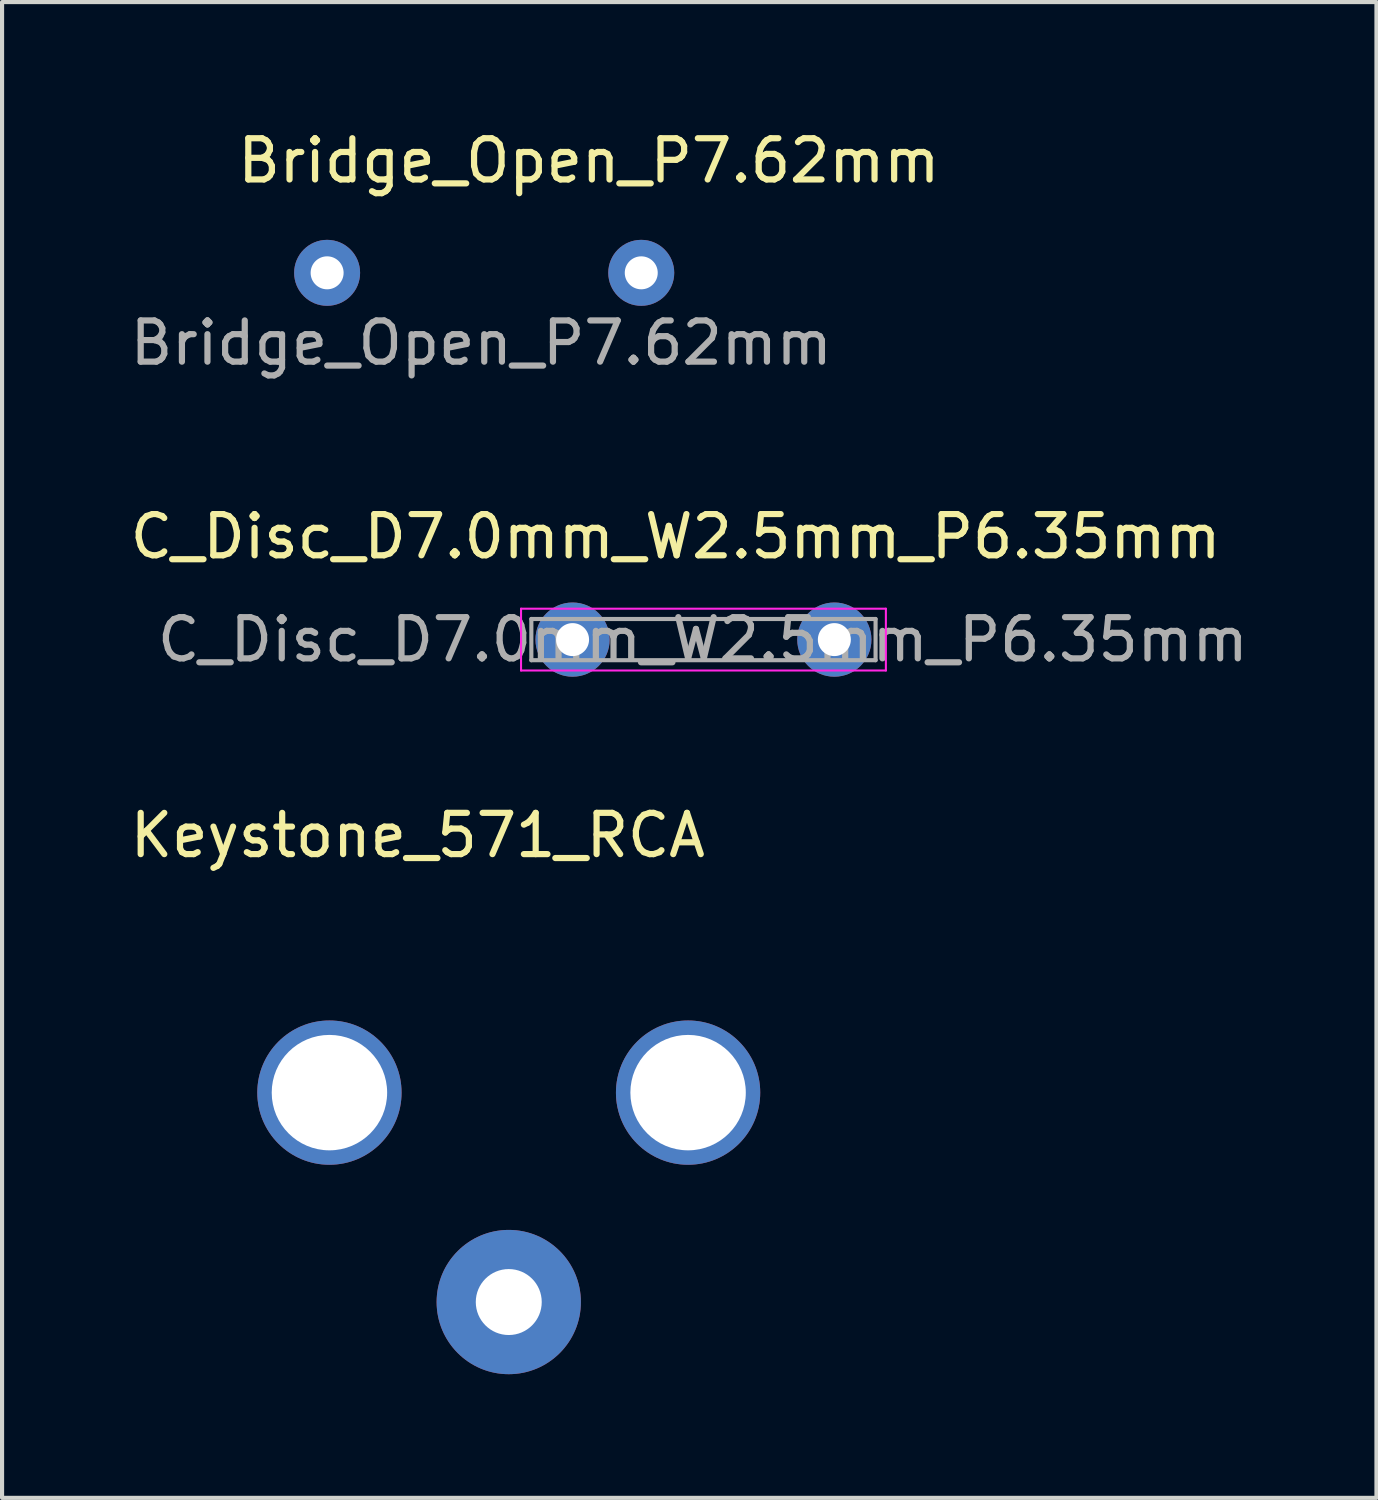
<source format=kicad_pcb>
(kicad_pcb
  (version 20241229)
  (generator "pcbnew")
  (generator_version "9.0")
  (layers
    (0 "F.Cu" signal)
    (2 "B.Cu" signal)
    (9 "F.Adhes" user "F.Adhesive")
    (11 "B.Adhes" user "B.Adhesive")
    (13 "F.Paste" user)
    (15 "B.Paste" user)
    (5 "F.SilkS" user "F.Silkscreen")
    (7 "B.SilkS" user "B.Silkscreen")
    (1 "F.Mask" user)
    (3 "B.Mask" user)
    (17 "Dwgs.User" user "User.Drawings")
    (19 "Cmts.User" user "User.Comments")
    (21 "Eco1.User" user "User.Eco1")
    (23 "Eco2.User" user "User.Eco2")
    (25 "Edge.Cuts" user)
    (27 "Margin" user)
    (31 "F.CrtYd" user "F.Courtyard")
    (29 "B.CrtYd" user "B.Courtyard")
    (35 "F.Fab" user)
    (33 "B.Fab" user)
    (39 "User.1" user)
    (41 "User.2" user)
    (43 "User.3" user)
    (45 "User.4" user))
  (footprint "Keystone_571_RCA"
    (layer "F.Cu")
    (at 9.291 23.454)
    (property "Reference" "Keystone_571_RCA" (at -2.207 -6.241 0) (layer "F.SilkS") (effects (font (size 1.001 1.001) (thickness 0.15))))
    (attr through_hole)
    (pad "1" thru_hole circle (at 0 5.08) (size 3.5 3.5) (drill 1.6) (layers "*.Cu" "*.Mask"))
    (pad "2" thru_hole circle (at -4.35 0) (size 3.5 3.5) (drill 2.8) (layers "*.Cu" "*.Mask"))
    (pad "2" thru_hole circle (at 4.35 0) (size 3.5 3.5) (drill 2.8) (layers "*.Cu" "*.Mask")))
  (footprint "C_Disc_D7.0mm_W2.5mm_P6.35mm"
    (layer "F.Cu")
    (at 10.839 12.465)
    (property "Reference" "C_Disc_D7.0mm_W2.5mm_P6.35mm" (at 2.5 -2.5 0) (layer "F.SilkS") (effects (font (size 1 1) (thickness 0.15))))
    (attr through_hole)
    (fp_line (start -1.25 -0.75) (end -1.25 0.75) (stroke (width 0.05) (type solid)) (layer "F.CrtYd"))
    (fp_line (start -1.25 0.75) (end 7.6 0.75) (stroke (width 0.05) (type solid)) (layer "F.CrtYd"))
    (fp_line (start 7.6 -0.75) (end -1.25 -0.75) (stroke (width 0.05) (type solid)) (layer "F.CrtYd"))
    (fp_line (start 7.6 0.75) (end 7.6 -0.75) (stroke (width 0.05) (type solid)) (layer "F.CrtYd"))
    (fp_line (start -1 -0.5) (end -1 0.5) (stroke (width 0.1) (type solid)) (layer "F.Fab"))
    (fp_line (start -1 0.5) (end 7.35 0.5) (stroke (width 0.1) (type solid)) (layer "F.Fab"))
    (fp_line (start 7.35 -0.5) (end -1 -0.5) (stroke (width 0.1) (type solid)) (layer "F.Fab"))
    (fp_line (start 7.35 0.5) (end 7.35 -0.5) (stroke (width 0.1) (type solid)) (layer "F.Fab"))
    (fp_text user "${REFERENCE}" (at 3.16 0 0) (layer "F.Fab") (effects (font (size 1 1) (thickness 0.15))))
    (pad "1" thru_hole circle (at 0 0) (size 1.8 1.8) (drill 0.8) (layers "*.Cu" "*.Mask"))
    (pad "2" thru_hole circle (at 6.35 0) (size 1.8 1.8) (drill 0.8) (layers "*.Cu" "*.Mask")))
  (footprint "Bridge_Open_P7.62mm"
    (layer "F.Cu")
    (at 4.885 3.568)
    (property "Reference" "Bridge_Open_P7.62mm" (at 6.35 -2.72 0) (layer "F.SilkS") (effects (font (size 1 1) (thickness 0.15))))
    (attr through_hole exclude_from_bom)
    (fp_text user "${REFERENCE}" (at 3.74 1.7 0) (layer "F.Fab") (effects (font (size 1 1) (thickness 0.15))))
    (pad "1" thru_hole oval (at 0 0) (size 1.6 1.6) (drill 0.8) (layers "*.Cu" "*.Mask"))
    (pad "2" thru_hole oval (at 7.62 0) (size 1.6 1.6) (drill 0.8) (layers "*.Cu" "*.Mask")))
  (gr_rect
    (start -3 -3)
    (end 30.339 33.284)
    (stroke (width 0.1) (type default))
    (fill no)
    (layer "Edge.Cuts")))
</source>
